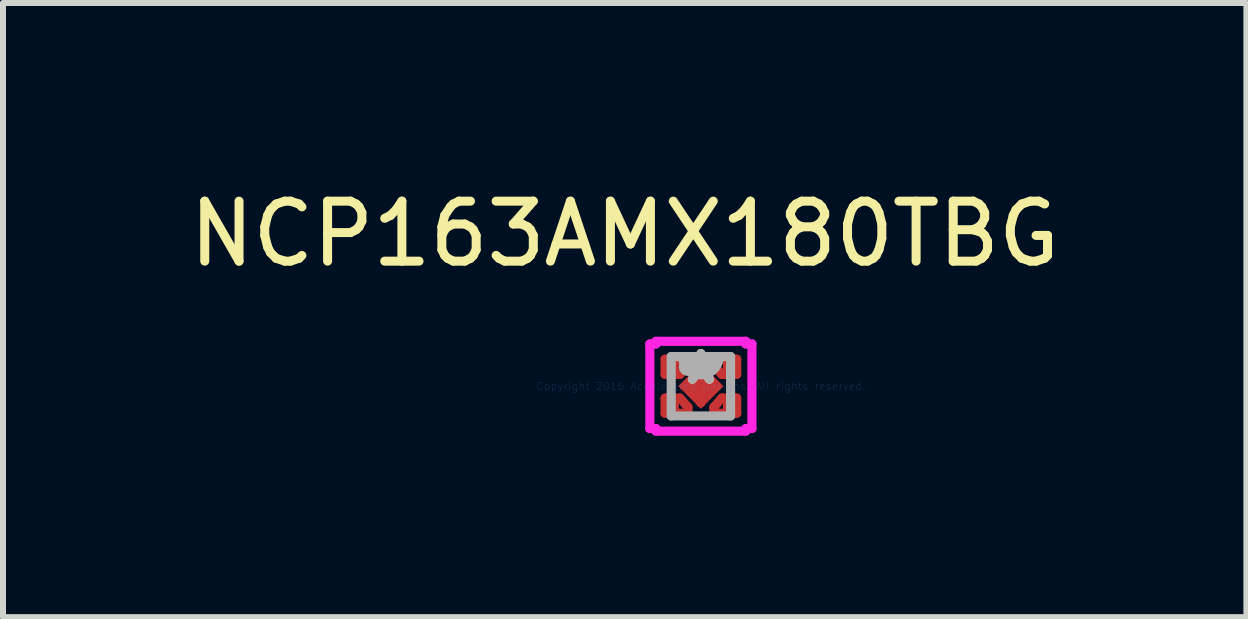
<source format=kicad_pcb>
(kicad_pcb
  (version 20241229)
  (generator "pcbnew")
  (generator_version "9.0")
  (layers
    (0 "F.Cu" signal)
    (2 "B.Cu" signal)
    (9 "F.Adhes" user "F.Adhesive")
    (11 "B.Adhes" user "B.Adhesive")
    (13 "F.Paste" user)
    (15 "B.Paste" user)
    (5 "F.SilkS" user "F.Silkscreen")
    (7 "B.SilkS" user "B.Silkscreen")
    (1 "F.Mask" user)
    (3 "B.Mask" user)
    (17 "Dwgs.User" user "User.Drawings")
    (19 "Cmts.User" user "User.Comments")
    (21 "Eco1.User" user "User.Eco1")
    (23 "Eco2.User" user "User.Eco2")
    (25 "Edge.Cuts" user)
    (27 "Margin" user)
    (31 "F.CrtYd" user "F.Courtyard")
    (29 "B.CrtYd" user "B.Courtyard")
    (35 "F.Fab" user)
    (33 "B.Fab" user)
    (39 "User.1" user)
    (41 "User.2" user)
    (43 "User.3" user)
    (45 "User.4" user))
  (footprint "NCP163AMX180TBG"
    (layer "F.Cu")
    (at 8.633 3.388)
    (property "Reference" "NCP163AMX180TBG" (at -1.27 -2.54 0) (layer "F.SilkS") (effects (font (size 1 1) (thickness 0.15))))
    (attr through_hole)
    (fp_line (start -0.597 -0.451) (end -0.216 -0.451) (stroke (width 0.152) (type solid)) (layer "F.Cu"))
    (fp_line (start -0.597 -0.197) (end -0.597 -0.451) (stroke (width 0.152) (type solid)) (layer "F.Cu"))
    (fp_line (start -0.597 0.197) (end -0.597 0.451) (stroke (width 0.152) (type solid)) (layer "F.Cu"))
    (fp_line (start -0.597 0.451) (end -0.216 0.451) (stroke (width 0.152) (type solid)) (layer "F.Cu"))
    (fp_line (start -0.349 -0.197) (end -0.597 -0.197) (stroke (width 0.152) (type solid)) (layer "F.Cu"))
    (fp_line (start -0.349 0.197) (end -0.597 0.197) (stroke (width 0.152) (type solid)) (layer "F.Cu"))
    (fp_line (start -0.216 -0.451) (end -0.216 -0.349) (stroke (width 0.152) (type solid)) (layer "F.Cu"))
    (fp_line (start -0.216 -0.349) (end -0.349 -0.197) (stroke (width 0.152) (type solid)) (layer "F.Cu"))
    (fp_line (start -0.216 0.349) (end -0.349 0.197) (stroke (width 0.152) (type solid)) (layer "F.Cu"))
    (fp_line (start -0.216 0.451) (end -0.216 0.349) (stroke (width 0.152) (type solid)) (layer "F.Cu"))
    (fp_line (start 0 -0.267) (end 0 -0.267) (stroke (width 0.152) (type solid)) (layer "F.Cu"))
    (fp_line (start 0 -0.267) (end 0 -0.267) (stroke (width 0.152) (type solid)) (layer "F.Cu"))
    (fp_line (start 0 -0.267) (end 0 -0.267) (stroke (width 0.152) (type solid)) (layer "F.Cu"))
    (fp_line (start 0 -0.267) (end 0 -0.267) (stroke (width 0.152) (type solid)) (layer "F.Cu"))
    (fp_line (start 0 -0.267) (end 0 -0.267) (stroke (width 0.152) (type solid)) (layer "F.Cu"))
    (fp_line (start 0 -0.267) (end 0 -0.267) (stroke (width 0.152) (type solid)) (layer "F.Cu"))
    (fp_line (start 0 -0.267) (end 0 -0.267) (stroke (width 0.152) (type solid)) (layer "F.Cu"))
    (fp_line (start 0 -0.267) (end 0 -0.267) (stroke (width 0.152) (type solid)) (layer "F.Cu"))
    (fp_line (start 0 0.267) (end 0 0.267) (stroke (width 0.152) (type solid)) (layer "F.Cu"))
    (fp_line (start 0 0.267) (end 0 0.267) (stroke (width 0.152) (type solid)) (layer "F.Cu"))
    (fp_line (start 0 0.267) (end 0 0.267) (stroke (width 0.152) (type solid)) (layer "F.Cu"))
    (fp_line (start 0 0.267) (end 0 0.267) (stroke (width 0.152) (type solid)) (layer "F.Cu"))
    (fp_line (start 0 0.267) (end 0 0.267) (stroke (width 0.152) (type solid)) (layer "F.Cu"))
    (fp_line (start 0 0.267) (end 0 0.267) (stroke (width 0.152) (type solid)) (layer "F.Cu"))
    (fp_line (start 0 0.267) (end 0 0.267) (stroke (width 0.152) (type solid)) (layer "F.Cu"))
    (fp_line (start 0 0.267) (end 0 0.267) (stroke (width 0.152) (type solid)) (layer "F.Cu"))
    (fp_line (start 0.216 -0.451) (end 0.216 -0.349) (stroke (width 0.152) (type solid)) (layer "F.Cu"))
    (fp_line (start 0.216 -0.349) (end 0.349 -0.197) (stroke (width 0.152) (type solid)) (layer "F.Cu"))
    (fp_line (start 0.216 0.349) (end 0.349 0.197) (stroke (width 0.152) (type solid)) (layer "F.Cu"))
    (fp_line (start 0.216 0.451) (end 0.216 0.349) (stroke (width 0.152) (type solid)) (layer "F.Cu"))
    (fp_line (start 0.349 -0.197) (end 0.597 -0.197) (stroke (width 0.152) (type solid)) (layer "F.Cu"))
    (fp_line (start 0.349 0.197) (end 0.597 0.197) (stroke (width 0.152) (type solid)) (layer "F.Cu"))
    (fp_line (start 0.597 -0.451) (end 0.216 -0.451) (stroke (width 0.152) (type solid)) (layer "F.Cu"))
    (fp_line (start 0.597 -0.197) (end 0.597 -0.451) (stroke (width 0.152) (type solid)) (layer "F.Cu"))
    (fp_line (start 0.597 0.197) (end 0.597 0.451) (stroke (width 0.152) (type solid)) (layer "F.Cu"))
    (fp_line (start 0.597 0.451) (end 0.216 0.451) (stroke (width 0.152) (type solid)) (layer "F.Cu"))
    (fp_line (start -0.597 -0.451) (end -0.216 -0.451) (stroke (width 0.152) (type solid)) (layer "F.Mask"))
    (fp_line (start -0.597 -0.197) (end -0.597 -0.451) (stroke (width 0.152) (type solid)) (layer "F.Mask"))
    (fp_line (start -0.597 0.197) (end -0.597 0.451) (stroke (width 0.152) (type solid)) (layer "F.Mask"))
    (fp_line (start -0.597 0.451) (end -0.216 0.451) (stroke (width 0.152) (type solid)) (layer "F.Mask"))
    (fp_line (start -0.349 -0.197) (end -0.597 -0.197) (stroke (width 0.152) (type solid)) (layer "F.Mask"))
    (fp_line (start -0.349 0.197) (end -0.597 0.197) (stroke (width 0.152) (type solid)) (layer "F.Mask"))
    (fp_line (start -0.216 -0.451) (end -0.216 -0.349) (stroke (width 0.152) (type solid)) (layer "F.Mask"))
    (fp_line (start -0.216 -0.349) (end -0.349 -0.197) (stroke (width 0.152) (type solid)) (layer "F.Mask"))
    (fp_line (start -0.216 0.349) (end -0.349 0.197) (stroke (width 0.152) (type solid)) (layer "F.Mask"))
    (fp_line (start -0.216 0.451) (end -0.216 0.349) (stroke (width 0.152) (type solid)) (layer "F.Mask"))
    (fp_line (start 0 -0.267) (end 0 -0.267) (stroke (width 0.152) (type solid)) (layer "F.Mask"))
    (fp_line (start 0 -0.267) (end 0 -0.267) (stroke (width 0.152) (type solid)) (layer "F.Mask"))
    (fp_line (start 0 -0.267) (end 0 -0.267) (stroke (width 0.152) (type solid)) (layer "F.Mask"))
    (fp_line (start 0 -0.267) (end 0 -0.267) (stroke (width 0.152) (type solid)) (layer "F.Mask"))
    (fp_line (start 0 -0.267) (end 0 -0.267) (stroke (width 0.152) (type solid)) (layer "F.Mask"))
    (fp_line (start 0 -0.267) (end 0 -0.267) (stroke (width 0.152) (type solid)) (layer "F.Mask"))
    (fp_line (start 0 -0.267) (end 0 -0.267) (stroke (width 0.152) (type solid)) (layer "F.Mask"))
    (fp_line (start 0 -0.267) (end 0 -0.267) (stroke (width 0.152) (type solid)) (layer "F.Mask"))
    (fp_line (start 0 0.267) (end 0 0.267) (stroke (width 0.152) (type solid)) (layer "F.Mask"))
    (fp_line (start 0 0.267) (end 0 0.267) (stroke (width 0.152) (type solid)) (layer "F.Mask"))
    (fp_line (start 0 0.267) (end 0 0.267) (stroke (width 0.152) (type solid)) (layer "F.Mask"))
    (fp_line (start 0 0.267) (end 0 0.267) (stroke (width 0.152) (type solid)) (layer "F.Mask"))
    (fp_line (start 0 0.267) (end 0 0.267) (stroke (width 0.152) (type solid)) (layer "F.Mask"))
    (fp_line (start 0 0.267) (end 0 0.267) (stroke (width 0.152) (type solid)) (layer "F.Mask"))
    (fp_line (start 0 0.267) (end 0 0.267) (stroke (width 0.152) (type solid)) (layer "F.Mask"))
    (fp_line (start 0 0.267) (end 0 0.267) (stroke (width 0.152) (type solid)) (layer "F.Mask"))
    (fp_line (start 0.216 -0.451) (end 0.216 -0.349) (stroke (width 0.152) (type solid)) (layer "F.Mask"))
    (fp_line (start 0.216 -0.349) (end 0.349 -0.197) (stroke (width 0.152) (type solid)) (layer "F.Mask"))
    (fp_line (start 0.216 0.349) (end 0.349 0.197) (stroke (width 0.152) (type solid)) (layer "F.Mask"))
    (fp_line (start 0.216 0.451) (end 0.216 0.349) (stroke (width 0.152) (type solid)) (layer "F.Mask"))
    (fp_line (start 0.349 -0.197) (end 0.597 -0.197) (stroke (width 0.152) (type solid)) (layer "F.Mask"))
    (fp_line (start 0.349 0.197) (end 0.597 0.197) (stroke (width 0.152) (type solid)) (layer "F.Mask"))
    (fp_line (start 0.597 -0.451) (end 0.216 -0.451) (stroke (width 0.152) (type solid)) (layer "F.Mask"))
    (fp_line (start 0.597 -0.197) (end 0.597 -0.451) (stroke (width 0.152) (type solid)) (layer "F.Mask"))
    (fp_line (start 0.597 0.197) (end 0.597 0.451) (stroke (width 0.152) (type solid)) (layer "F.Mask"))
    (fp_line (start 0.597 0.451) (end 0.216 0.451) (stroke (width 0.152) (type solid)) (layer "F.Mask"))
    (fp_line (start -0.597 -0.451) (end -0.216 -0.451) (stroke (width 0.152) (type solid)) (layer "F.Paste"))
    (fp_line (start -0.597 -0.197) (end -0.597 -0.451) (stroke (width 0.152) (type solid)) (layer "F.Paste"))
    (fp_line (start -0.597 0.197) (end -0.597 0.451) (stroke (width 0.152) (type solid)) (layer "F.Paste"))
    (fp_line (start -0.597 0.451) (end -0.216 0.451) (stroke (width 0.152) (type solid)) (layer "F.Paste"))
    (fp_line (start -0.349 -0.197) (end -0.597 -0.197) (stroke (width 0.152) (type solid)) (layer "F.Paste"))
    (fp_line (start -0.349 0.197) (end -0.597 0.197) (stroke (width 0.152) (type solid)) (layer "F.Paste"))
    (fp_line (start -0.216 -0.451) (end -0.216 -0.349) (stroke (width 0.152) (type solid)) (layer "F.Paste"))
    (fp_line (start -0.216 -0.349) (end -0.349 -0.197) (stroke (width 0.152) (type solid)) (layer "F.Paste"))
    (fp_line (start -0.216 0.349) (end -0.349 0.197) (stroke (width 0.152) (type solid)) (layer "F.Paste"))
    (fp_line (start -0.216 0.451) (end -0.216 0.349) (stroke (width 0.152) (type solid)) (layer "F.Paste"))
    (fp_line (start 0.216 -0.451) (end 0.216 -0.349) (stroke (width 0.152) (type solid)) (layer "F.Paste"))
    (fp_line (start 0.216 -0.349) (end 0.349 -0.197) (stroke (width 0.152) (type solid)) (layer "F.Paste"))
    (fp_line (start 0.216 0.349) (end 0.349 0.197) (stroke (width 0.152) (type solid)) (layer "F.Paste"))
    (fp_line (start 0.216 0.451) (end 0.216 0.349) (stroke (width 0.152) (type solid)) (layer "F.Paste"))
    (fp_line (start 0.349 -0.197) (end 0.597 -0.197) (stroke (width 0.152) (type solid)) (layer "F.Paste"))
    (fp_line (start 0.349 0.197) (end 0.597 0.197) (stroke (width 0.152) (type solid)) (layer "F.Paste"))
    (fp_line (start 0.597 -0.451) (end 0.216 -0.451) (stroke (width 0.152) (type solid)) (layer "F.Paste"))
    (fp_line (start 0.597 -0.197) (end 0.597 -0.451) (stroke (width 0.152) (type solid)) (layer "F.Paste"))
    (fp_line (start 0.597 0.197) (end 0.597 0.451) (stroke (width 0.152) (type solid)) (layer "F.Paste"))
    (fp_line (start 0.597 0.451) (end 0.216 0.451) (stroke (width 0.152) (type solid)) (layer "F.Paste"))
    (fp_line (start -0.851 -0.705) (end -0.749 -0.705) (stroke (width 0.152) (type solid)) (layer "F.CrtYd"))
    (fp_line (start -0.851 0.705) (end -0.851 -0.705) (stroke (width 0.152) (type solid)) (layer "F.CrtYd"))
    (fp_line (start -0.749 -0.749) (end 0.749 -0.749) (stroke (width 0.152) (type solid)) (layer "F.CrtYd"))
    (fp_line (start -0.749 -0.705) (end -0.749 -0.749) (stroke (width 0.152) (type solid)) (layer "F.CrtYd"))
    (fp_line (start -0.749 0.705) (end -0.851 0.705) (stroke (width 0.152) (type solid)) (layer "F.CrtYd"))
    (fp_line (start -0.749 0.749) (end -0.749 0.705) (stroke (width 0.152) (type solid)) (layer "F.CrtYd"))
    (fp_line (start 0.749 -0.749) (end 0.749 -0.705) (stroke (width 0.152) (type solid)) (layer "F.CrtYd"))
    (fp_line (start 0.749 -0.705) (end 0.851 -0.705) (stroke (width 0.152) (type solid)) (layer "F.CrtYd"))
    (fp_line (start 0.749 0.705) (end 0.749 0.749) (stroke (width 0.152) (type solid)) (layer "F.CrtYd"))
    (fp_line (start 0.749 0.749) (end -0.749 0.749) (stroke (width 0.152) (type solid)) (layer "F.CrtYd"))
    (fp_line (start 0.851 -0.705) (end 0.851 0.705) (stroke (width 0.152) (type solid)) (layer "F.CrtYd"))
    (fp_line (start 0.851 0.705) (end 0.749 0.705) (stroke (width 0.152) (type solid)) (layer "F.CrtYd"))
    (fp_line (start -0.495 -0.495) (end -0.495 0.495) (stroke (width 0.152) (type solid)) (layer "F.Fab"))
    (fp_line (start -0.495 0.495) (end 0.495 0.495) (stroke (width 0.152) (type solid)) (layer "F.Fab"))
    (fp_line (start 0.495 -0.495) (end -0.495 -0.495) (stroke (width 0.152) (type solid)) (layer "F.Fab"))
    (fp_line (start 0.495 0.495) (end 0.495 -0.495) (stroke (width 0.152) (type solid)) (layer "F.Fab"))
    (fp_arc (start 0.3048 -0.4953) (mid 0 -0.1905) (end -0.3048 -0.4953) (stroke (width 0.1524) (type solid)) (layer "F.Fab"))
    (fp_circle (center -0.216 -0.324) (end -0.216 -0.324) (stroke (width 0.152) (type solid)) (fill no) (layer "F.Fab"))
    (fp_text user "*" (at 0 0 0) (layer "F.SilkS") (effects (font (size 1 1) (thickness 0.15))))
    (fp_text user "Copyright 2016 Accelerated Designs. All rights reserved." (at 0 0 0) (layer "Cmts.User") (effects (font (size 0.127 0.127) (thickness 0.002))))
    (fp_text user "*" (at 0 0 0) (layer "F.Fab") (effects (font (size 1 1) (thickness 0.15))))
    (pad "1" smd rect (at -0.483 -0.324) (size 0.229 0.254) (layers "F.Cu" "F.Mask" "F.Paste"))
    (pad "2" smd rect (at -0.483 0.324) (size 0.229 0.254) (layers "F.Cu" "F.Mask" "F.Paste"))
    (pad "3" smd rect (at 0.483 0.324) (size 0.229 0.254) (layers "F.Cu" "F.Mask" "F.Paste"))
    (pad "4" smd rect (at 0.483 -0.324) (size 0.229 0.254) (layers "F.Cu" "F.Mask" "F.Paste"))
    (pad "5" smd rect (at 0 0 45) (size 0.533 0.533) (layers "F.Cu" "F.Mask" "F.Paste")))
  (gr_rect
    (start -3 -3)
    (end 17.726 7.237)
    (stroke (width 0.1) (type default))
    (fill no)
    (layer "Edge.Cuts")))
</source>
